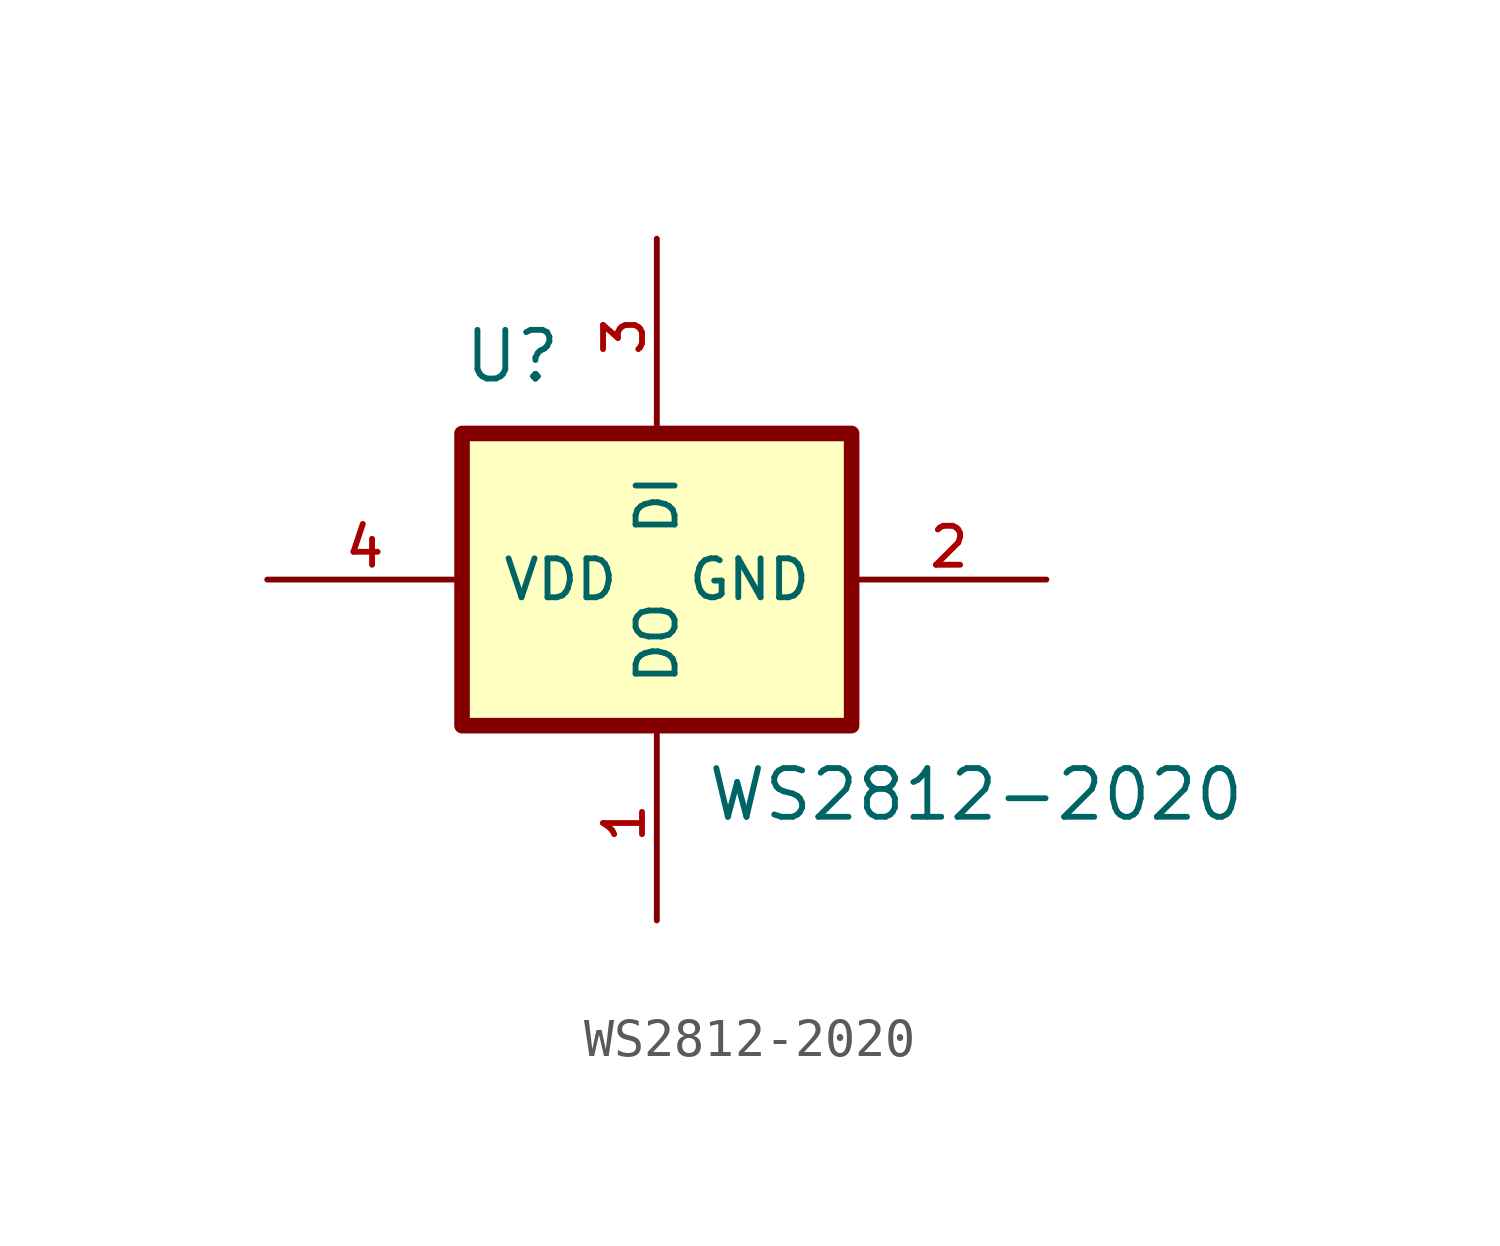
<source format=kicad_sym>
(kicad_symbol_lib
  (version 20220914)
  (generator kicad_symbol_editor)
  (symbol "WS2812-2020"
    (pin_names
      (offset 1.016))
    (property "Reference" "U"
      (at -5.08 6.35 0)
      (effects (font (size 1.27 1.27)) (justify left bottom)))
    (property "Value" "WS2812-2020"
      (at 1.27 -5.08 0)
      (effects (font (size 1.27 1.27)) (justify left bottom)))
    (symbol "WS2812-2020_0_0"
      (rectangle (start -5.08 5.08) (end 5.08 -2.54) (stroke (width 0.406) (type default)) (fill (type background)))
      (pin output line (at 0 -7.62 90) (length 5.08) (name "DO" (effects (font (size 1.016 1.016)))) (number "1" (effects (font (size 1.016 1.016)))))
      (pin power_in line (at 10.16 1.27 180) (length 5.08) (name "GND" (effects (font (size 1.016 1.016)))) (number "2" (effects (font (size 1.016 1.016)))))
      (pin input line (at 0 10.16 270) (length 5.08) (name "DI" (effects (font (size 1.016 1.016)))) (number "3" (effects (font (size 1.016 1.016)))))
      (pin power_in line (at -10.16 1.27 0) (length 5.08) (name "VDD" (effects (font (size 1.016 1.016)))) (number "4" (effects (font (size 1.016 1.016))))))))
</source>
